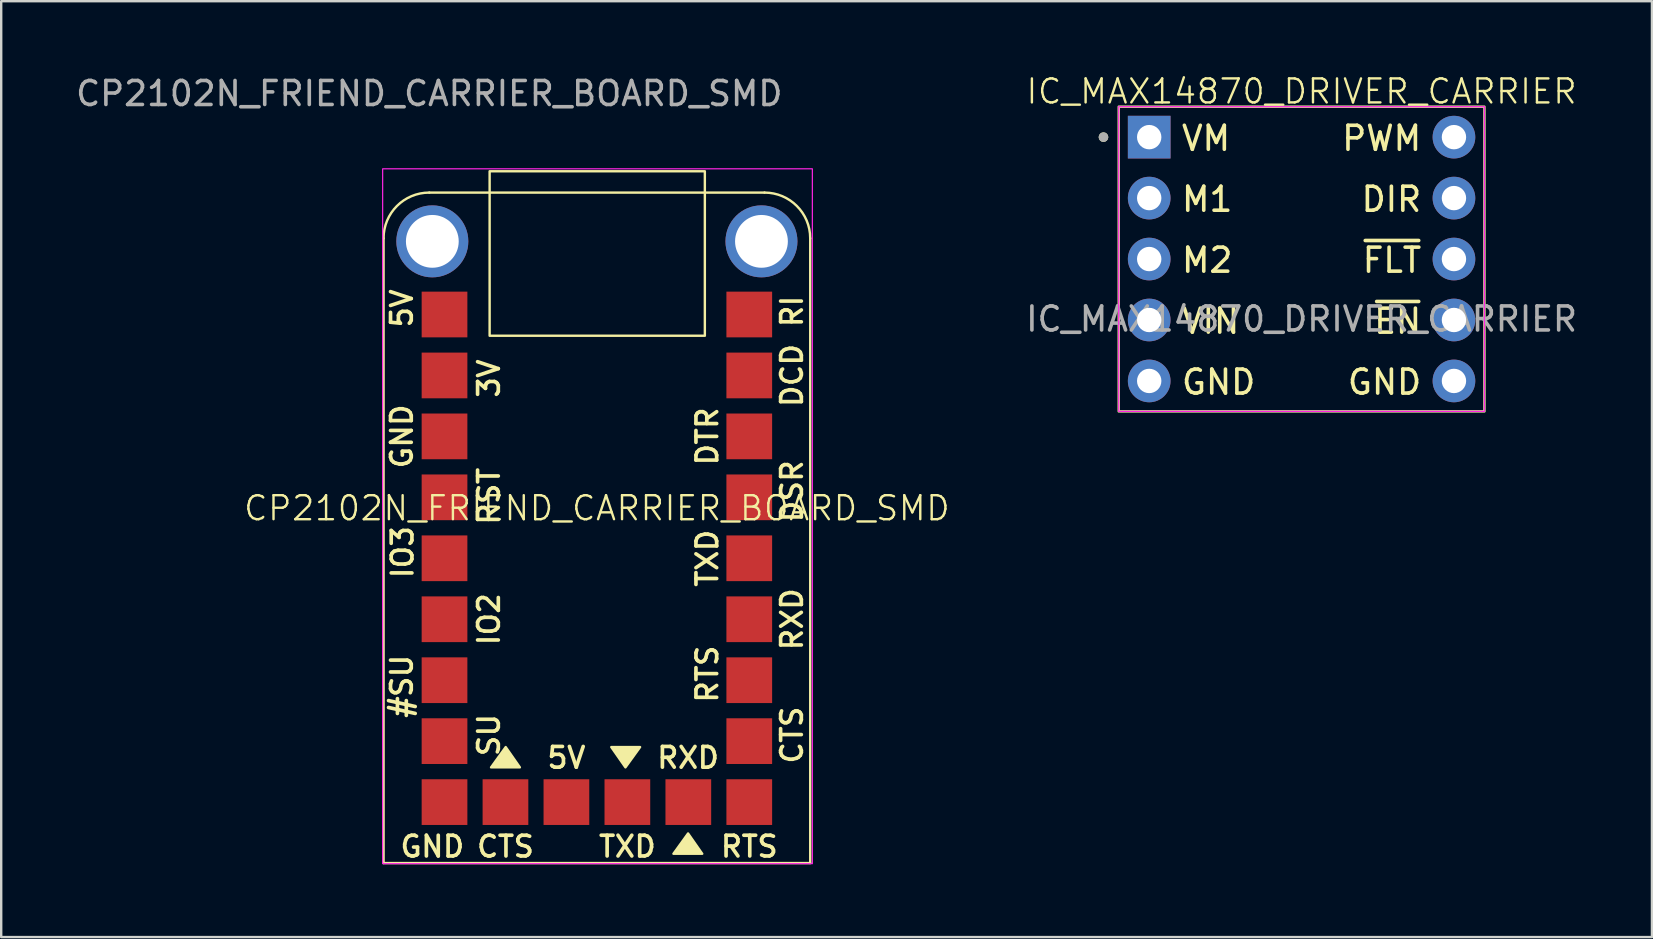
<source format=kicad_pcb>
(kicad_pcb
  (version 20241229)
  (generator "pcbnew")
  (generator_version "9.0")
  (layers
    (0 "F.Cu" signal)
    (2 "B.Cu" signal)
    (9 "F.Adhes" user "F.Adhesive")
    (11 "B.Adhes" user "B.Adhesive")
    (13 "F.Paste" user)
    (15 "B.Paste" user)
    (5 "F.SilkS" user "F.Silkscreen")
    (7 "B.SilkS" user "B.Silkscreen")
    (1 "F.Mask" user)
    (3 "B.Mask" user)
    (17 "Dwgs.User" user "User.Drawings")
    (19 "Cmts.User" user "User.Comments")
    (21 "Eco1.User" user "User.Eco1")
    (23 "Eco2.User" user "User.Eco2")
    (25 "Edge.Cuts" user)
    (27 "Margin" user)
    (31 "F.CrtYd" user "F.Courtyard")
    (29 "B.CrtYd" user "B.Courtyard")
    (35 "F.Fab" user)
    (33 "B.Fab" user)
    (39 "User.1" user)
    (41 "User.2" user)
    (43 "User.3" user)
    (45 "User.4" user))
  (footprint "CP2102N_FRIEND_CARRIER_BOARD_SMD"
    (layer "F.Cu")
    (at 21.824 18.628)
    (property "Reference" "CP2102N_FRIEND_CARRIER_BOARD_SMD" (at 0 -0.5 0) (unlocked yes) (layer "F.SilkS") (effects (font (size 1 1) (thickness 0.1))))
    (attr through_hole)
    (fp_line (start -8.89 14.287) (end -8.89 -11.748) (stroke (width 0.1) (type solid)) (layer "F.SilkS"))
    (fp_line (start -6.985 -13.652) (end 6.985 -13.652) (stroke (width 0.1) (type solid)) (layer "F.SilkS"))
    (fp_line (start 8.89 -11.748) (end 8.89 14.287) (stroke (width 0.1) (type solid)) (layer "F.SilkS"))
    (fp_line (start 8.89 14.287) (end -8.89 14.287) (stroke (width 0.1) (type solid)) (layer "F.SilkS"))
    (fp_rect (start -4.47 -14.541) (end 4.499 -7.686) (stroke (width 0.1) (type default)) (fill no) (layer "F.SilkS"))
    (fp_arc (start -8.89 -11.7475) (mid -8.332038 -13.094538) (end -6.985 -13.6525) (stroke (width 0.1) (type solid)) (layer "F.SilkS"))
    (fp_arc (start 6.985 -13.6525) (mid 8.332038 -13.094538) (end 8.89 -11.7475) (stroke (width 0.1) (type solid)) (layer "F.SilkS"))
    (fp_poly (pts (xy -3.8 9.454) (xy -4.41 10.3) (xy -3.21 10.3)) (stroke (width 0.1) (type solid)) (fill yes) (layer "F.SilkS"))
    (fp_poly (pts (xy 1.19 10.3) (xy 1.8 9.454) (xy 0.6 9.454)) (stroke (width 0.1) (type solid)) (fill yes) (layer "F.SilkS"))
    (fp_poly (pts (xy 3.8 13.054) (xy 3.19 13.9) (xy 4.39 13.9)) (stroke (width 0.1) (type solid)) (fill yes) (layer "F.SilkS"))
    (fp_rect (start -8.928 -14.643) (end 8.979 14.313) (stroke (width 0.05) (type default)) (fill no) (layer "F.CrtYd"))
    (fp_text user "#SU" (at -8.128 6.921 90) (unlocked yes) (layer "F.SilkS") (effects (font (size 0.864 0.864) (thickness 0.152))))
    (fp_text user "RST" (at -4.5 -1 90) (unlocked yes) (layer "F.SilkS") (effects (font (size 0.864 0.864) (thickness 0.152))))
    (fp_text user "TXD" (at 1.27 13.6 0) (unlocked yes) (layer "F.SilkS") (effects (font (size 0.864 0.864) (thickness 0.152))))
    (fp_text user "RTS" (at 4.6 6.413 90) (unlocked yes) (layer "F.SilkS") (effects (font (size 0.864 0.864) (thickness 0.152))))
    (fp_text user "DTR" (at 4.6 -3.493 90) (unlocked yes) (layer "F.SilkS") (effects (font (size 0.864 0.864) (thickness 0.152))))
    (fp_text user "5V" (at -8.128 -8.826 90) (unlocked yes) (layer "F.SilkS") (effects (font (size 0.864 0.864) (thickness 0.152))))
    (fp_text user "3V" (at -4.5 -5.905 90) (unlocked yes) (layer "F.SilkS") (effects (font (size 0.864 0.864) (thickness 0.152))))
    (fp_text user "DCD" (at 8.128 -6.032 90) (unlocked yes) (layer "F.SilkS") (effects (font (size 0.864 0.864) (thickness 0.152))))
    (fp_text user "RXD" (at 3.8 9.9 0) (unlocked yes) (layer "F.SilkS") (effects (font (size 0.864 0.864) (thickness 0.152))))
    (fp_text user "DSR" (at 8.128 -1.206 90) (unlocked yes) (layer "F.SilkS") (effects (font (size 0.864 0.864) (thickness 0.152))))
    (fp_text user "RTS" (at 6.35 13.6 0) (unlocked yes) (layer "F.SilkS") (effects (font (size 0.864 0.864) (thickness 0.152))))
    (fp_text user "IO2" (at -4.5 4.128 90) (unlocked yes) (layer "F.SilkS") (effects (font (size 0.864 0.864) (thickness 0.152))))
    (fp_text user "TXD" (at 4.6 1.587 90) (unlocked yes) (layer "F.SilkS") (effects (font (size 0.864 0.864) (thickness 0.152))))
    (fp_text user "RI" (at 8.128 -8.7 90) (unlocked yes) (layer "F.SilkS") (effects (font (size 0.864 0.864) (thickness 0.152))))
    (fp_text user "GND" (at -8.128 -3.493 90) (unlocked yes) (layer "F.SilkS") (effects (font (size 0.864 0.864) (thickness 0.152))))
    (fp_text user "CTS" (at -3.81 13.6 0) (unlocked yes) (layer "F.SilkS") (effects (font (size 0.864 0.864) (thickness 0.152))))
    (fp_text user "5V" (at -1.27 9.9 0) (unlocked yes) (layer "F.SilkS") (effects (font (size 0.864 0.864) (thickness 0.152))))
    (fp_text user "SU" (at -4.5 8.954 90) (unlocked yes) (layer "F.SilkS") (effects (font (size 0.864 0.864) (thickness 0.152))))
    (fp_text user "CTS" (at 8.128 8.954 90) (unlocked yes) (layer "F.SilkS") (effects (font (size 0.864 0.864) (thickness 0.152))))
    (fp_text user "GND" (at -6.858 13.6 0) (unlocked yes) (layer "F.SilkS") (effects (font (size 0.864 0.864) (thickness 0.152))))
    (fp_text user "IO3" (at -8.1 1.333 90) (unlocked yes) (layer "F.SilkS") (effects (font (size 0.864 0.864) (thickness 0.152))))
    (fp_text user "RXD" (at 8.128 4.128 90) (unlocked yes) (layer "F.SilkS") (effects (font (size 0.864 0.864) (thickness 0.152))))
    (fp_text user "${REFERENCE}" (at -6.985 -17.78 0) (unlocked yes) (layer "F.Fab") (effects (font (size 1 1) (thickness 0.15))))
    (pad "1" smd rect (at -6.35 -8.572) (size 1.905 1.905) (layers "F.Cu" "F.Mask" "F.Paste"))
    (pad "2" smd rect (at -6.35 -6.032) (size 1.905 1.905) (layers "F.Cu" "F.Mask" "F.Paste"))
    (pad "3" smd rect (at -6.35 -3.493) (size 1.905 1.905) (layers "F.Cu" "F.Mask" "F.Paste"))
    (pad "4" smd rect (at -6.35 -0.953) (size 1.905 1.905) (layers "F.Cu" "F.Mask" "F.Paste"))
    (pad "5" smd rect (at -6.35 1.587) (size 1.905 1.905) (layers "F.Cu" "F.Mask" "F.Paste"))
    (pad "6" smd rect (at -6.35 4.128) (size 1.905 1.905) (layers "F.Cu" "F.Mask" "F.Paste"))
    (pad "7" smd rect (at -6.35 6.668) (size 1.905 1.905) (layers "F.Cu" "F.Mask" "F.Paste"))
    (pad "8" smd rect (at -6.35 9.207) (size 1.905 1.905) (layers "F.Cu" "F.Mask" "F.Paste"))
    (pad "9" smd rect (at -6.35 11.748) (size 1.905 1.905) (layers "F.Cu" "F.Mask" "F.Paste"))
    (pad "10" smd rect (at -3.81 11.748) (size 1.905 1.905) (layers "F.Cu" "F.Mask" "F.Paste"))
    (pad "11" smd rect (at -1.27 11.748) (size 1.905 1.905) (layers "F.Cu" "F.Mask" "F.Paste"))
    (pad "12" smd rect (at 1.27 11.748) (size 1.905 1.905) (layers "F.Cu" "F.Mask" "F.Paste"))
    (pad "13" smd rect (at 3.81 11.748) (size 1.905 1.905) (layers "F.Cu" "F.Mask" "F.Paste"))
    (pad "14" smd rect (at 6.35 11.748) (size 1.905 1.905) (layers "F.Cu" "F.Mask" "F.Paste"))
    (pad "15" smd rect (at 6.35 9.207) (size 1.905 1.905) (layers "F.Cu" "F.Mask" "F.Paste"))
    (pad "16" smd rect (at 6.35 6.668) (size 1.905 1.905) (layers "F.Cu" "F.Mask" "F.Paste"))
    (pad "17" smd rect (at 6.35 4.128) (size 1.905 1.905) (layers "F.Cu" "F.Mask" "F.Paste"))
    (pad "18" smd rect (at 6.35 1.587) (size 1.905 1.905) (layers "F.Cu" "F.Mask" "F.Paste"))
    (pad "19" smd rect (at 6.35 -0.953) (size 1.905 1.905) (layers "F.Cu" "F.Mask" "F.Paste"))
    (pad "20" smd rect (at 6.35 -3.493) (size 1.905 1.905) (layers "F.Cu" "F.Mask" "F.Paste"))
    (pad "21" smd rect (at 6.35 -6.032) (size 1.905 1.905) (layers "F.Cu" "F.Mask" "F.Paste"))
    (pad "22" smd rect (at 6.35 -8.572) (size 1.905 1.905) (layers "F.Cu" "F.Mask" "F.Paste"))
    (pad "NC" thru_hole circle (at -6.858 -11.62) (size 3 3) (drill 2.2) (layers "*.Cu" "*.Mask"))
    (pad "NC" thru_hole circle (at 6.858 -11.62) (size 3 3) (drill 2.2) (layers "*.Cu" "*.Mask")))
  (footprint "IC_MAX14870_DRIVER_CARRIER"
    (layer "F.Cu")
    (at 51.19 7.745)
    (property "Reference" "IC_MAX14870_DRIVER_CARRIER" (at 0 -6.985 0) (unlocked yes) (layer "F.SilkS") (effects (font (size 1 1) (thickness 0.1))))
    (attr through_hole)
    (fp_rect (start 7.62 -6.35) (end -7.62 6.35) (stroke (width 0.1) (type default)) (fill no) (layer "F.SilkS"))
    (fp_circle (center -8.255 -5.08) (end -8.155 -5.08) (stroke (width 0.2) (type solid)) (fill no) (layer "F.SilkS"))
    (fp_rect (start 7.62 -6.35) (end -7.62 6.35) (stroke (width 0.05) (type default)) (fill no) (layer "F.CrtYd"))
    (fp_circle (center -8.255 -5.08) (end -8.155 -5.08) (stroke (width 0.2) (type solid)) (fill no) (layer "F.Fab"))
    (fp_text user "VM" (at -5.08 -4.445 0) (unlocked yes) (layer "F.SilkS") (effects (font (size 1 1) (thickness 0.15)) (justify left bottom)))
    (fp_text user "GND" (at 5.08 5.715 0) (unlocked yes) (layer "F.SilkS") (effects (font (size 1 1) (thickness 0.15)) (justify right bottom)))
    (fp_text user "~{EN}" (at 5.08 3.175 0) (unlocked yes) (layer "F.SilkS") (effects (font (size 1 1) (thickness 0.15)) (justify right bottom)))
    (fp_text user "M1" (at -5.08 -1.905 0) (unlocked yes) (layer "F.SilkS") (effects (font (size 1 1) (thickness 0.15)) (justify left bottom)))
    (fp_text user "M2" (at -5.08 0.635 0) (unlocked yes) (layer "F.SilkS") (effects (font (size 1 1) (thickness 0.15)) (justify left bottom)))
    (fp_text user "PWM" (at 5.08 -4.445 0) (unlocked yes) (layer "F.SilkS") (effects (font (size 1 1) (thickness 0.15)) (justify right bottom)))
    (fp_text user "DIR" (at 5.08 -1.905 0) (unlocked yes) (layer "F.SilkS") (effects (font (size 1 1) (thickness 0.15)) (justify right bottom)))
    (fp_text user "VIN" (at -5.08 3.175 0) (unlocked yes) (layer "F.SilkS") (effects (font (size 1 1) (thickness 0.15)) (justify left bottom)))
    (fp_text user "GND" (at -5.08 5.715 0) (unlocked yes) (layer "F.SilkS") (effects (font (size 1 1) (thickness 0.15)) (justify left bottom)))
    (fp_text user "~{FLT}" (at 5.08 0.635 0) (unlocked yes) (layer "F.SilkS") (effects (font (size 1 1) (thickness 0.15)) (justify right bottom)))
    (fp_text user "${REFERENCE}" (at 0 2.5 0) (unlocked yes) (layer "F.Fab") (effects (font (size 1 1) (thickness 0.15))))
    (pad "1" thru_hole rect (at -6.35 -5.08) (size 1.778 1.778) (drill 1.016) (layers "*.Cu" "*.Mask"))
    (pad "2" thru_hole circle (at -6.35 -2.54) (size 1.778 1.778) (drill 1.016) (layers "*.Cu" "*.Mask"))
    (pad "3" thru_hole circle (at -6.35 0) (size 1.778 1.778) (drill 1.016) (layers "*.Cu" "*.Mask"))
    (pad "4" thru_hole circle (at -6.35 2.54) (size 1.778 1.778) (drill 1.016) (layers "*.Cu" "*.Mask"))
    (pad "5" thru_hole circle (at -6.35 5.08) (size 1.778 1.778) (drill 1.016) (layers "*.Cu" "*.Mask"))
    (pad "6" thru_hole circle (at 6.35 5.08) (size 1.778 1.778) (drill 1.016) (layers "*.Cu" "*.Mask"))
    (pad "7" thru_hole circle (at 6.35 2.54) (size 1.778 1.778) (drill 1.016) (layers "*.Cu" "*.Mask"))
    (pad "8" thru_hole circle (at 6.35 0) (size 1.778 1.778) (drill 1.016) (layers "*.Cu" "*.Mask"))
    (pad "9" thru_hole circle (at 6.35 -2.54) (size 1.778 1.778) (drill 1.016) (layers "*.Cu" "*.Mask"))
    (pad "10" thru_hole circle (at 6.35 -5.08) (size 1.778 1.778) (drill 1.016) (layers "*.Cu" "*.Mask")))
  (gr_rect
    (start -3 -3)
    (end 65.791 36.001)
    (stroke (width 0.1) (type default))
    (fill no)
    (layer "Edge.Cuts")))
</source>
